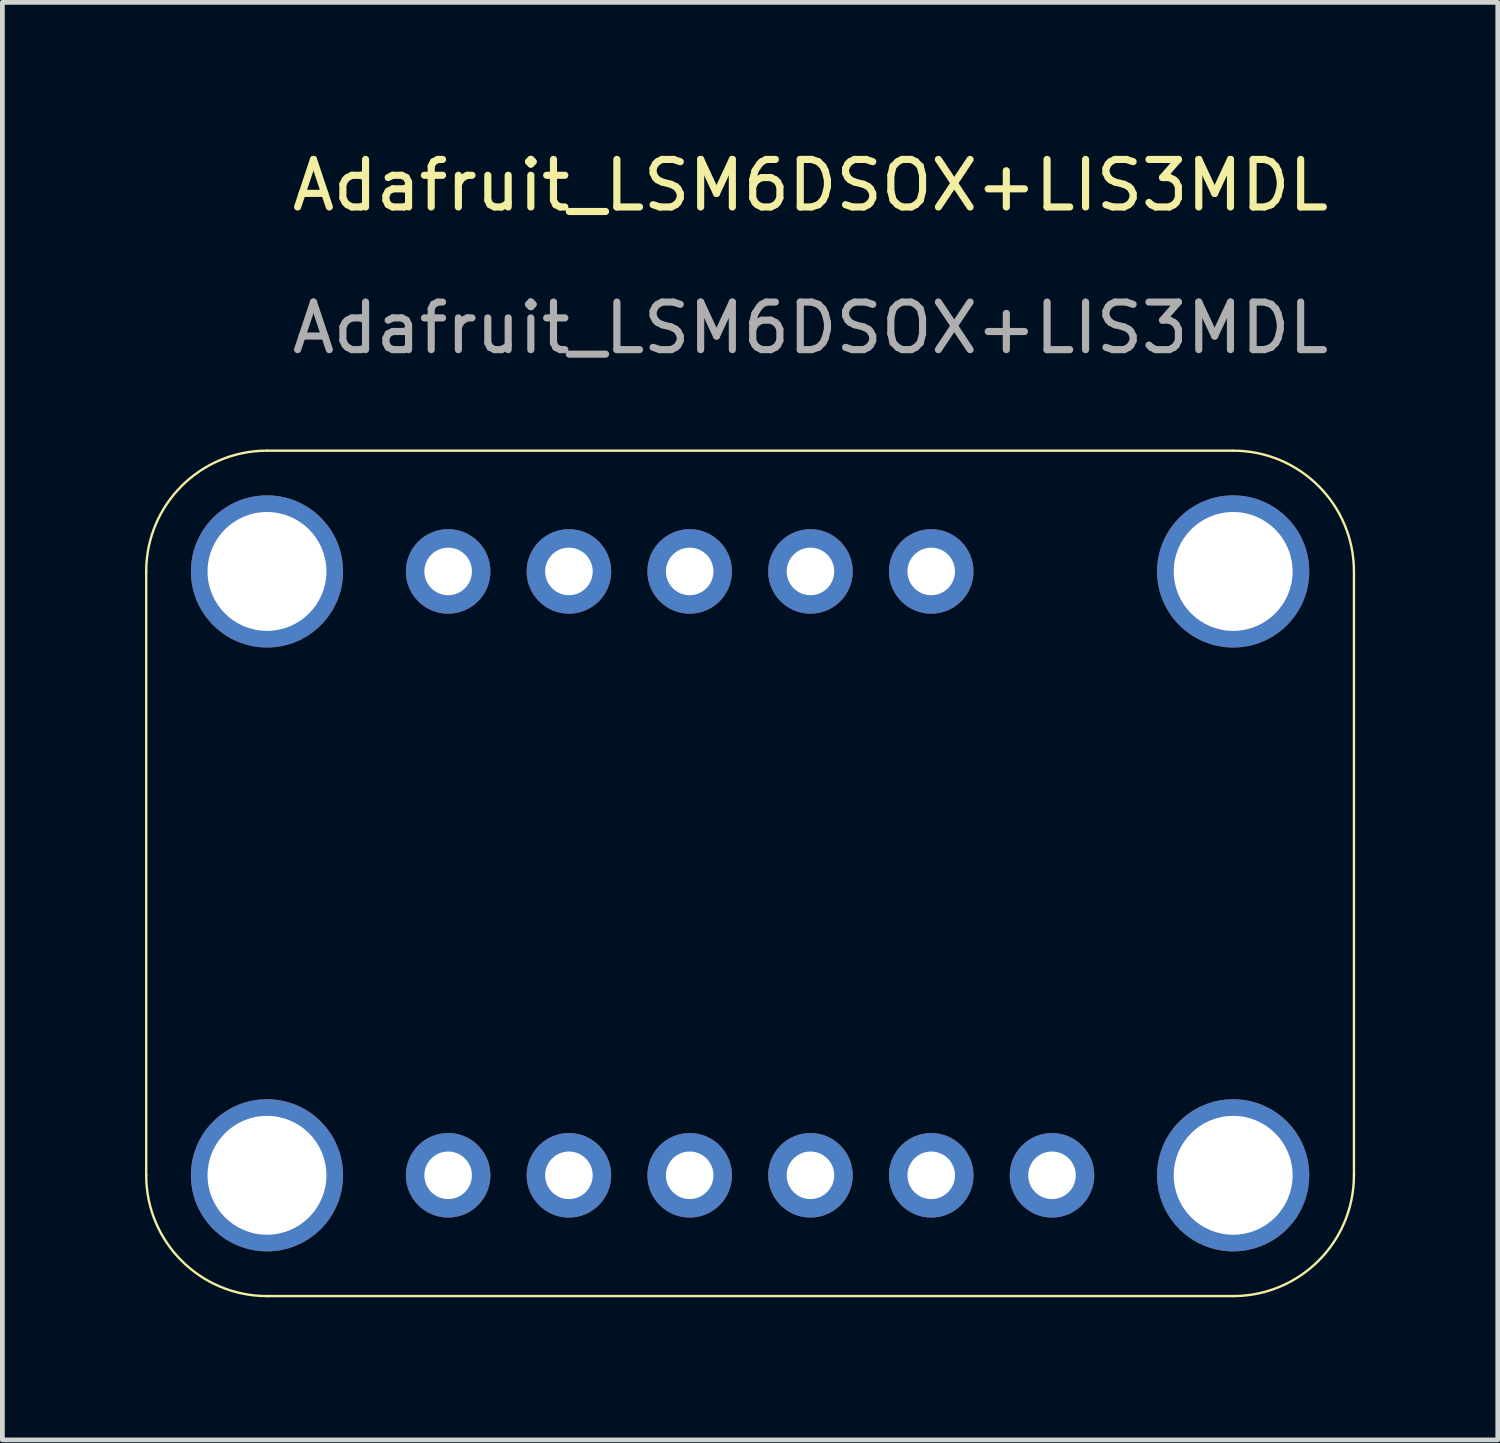
<source format=kicad_pcb>
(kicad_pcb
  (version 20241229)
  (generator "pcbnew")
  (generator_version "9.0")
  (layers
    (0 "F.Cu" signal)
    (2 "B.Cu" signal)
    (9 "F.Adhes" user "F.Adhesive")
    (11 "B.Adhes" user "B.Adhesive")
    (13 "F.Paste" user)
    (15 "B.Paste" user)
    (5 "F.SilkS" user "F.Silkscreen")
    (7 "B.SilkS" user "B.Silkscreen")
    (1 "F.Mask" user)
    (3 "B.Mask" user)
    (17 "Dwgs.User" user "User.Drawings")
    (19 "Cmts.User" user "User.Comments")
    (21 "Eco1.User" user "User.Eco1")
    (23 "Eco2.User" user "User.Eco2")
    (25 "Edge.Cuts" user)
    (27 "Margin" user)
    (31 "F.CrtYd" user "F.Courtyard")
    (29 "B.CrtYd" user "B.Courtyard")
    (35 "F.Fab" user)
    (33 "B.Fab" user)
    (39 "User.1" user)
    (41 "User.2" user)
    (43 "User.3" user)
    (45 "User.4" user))
  (footprint "Adafruit_LSM6DSOX+LIS3MDL"
    (layer "F.Cu")
    (at 13.995 1.348)
    (property "Reference" "Adafruit_LSM6DSOX+LIS3MDL" (at 0 -0.5 0) (unlocked yes) (layer "F.SilkS") (effects (font (size 1 1) (thickness 0.15))))
    (attr smd)
    (fp_line (start -13.97 7.62) (end -13.97 20.32) (stroke (width 0.05) (type solid)) (layer "F.SilkS"))
    (fp_line (start -11.43 22.86) (end 8.89 22.86) (stroke (width 0.05) (type solid)) (layer "F.SilkS"))
    (fp_line (start 8.89 5.08) (end -11.43 5.08) (stroke (width 0.05) (type solid)) (layer "F.SilkS"))
    (fp_line (start 11.43 20.32) (end 11.43 7.62) (stroke (width 0.05) (type solid)) (layer "F.SilkS"))
    (fp_arc (start -13.97 7.62) (mid -13.226051 5.823949) (end -11.43 5.08) (stroke (width 0.05) (type solid)) (layer "F.SilkS"))
    (fp_arc (start -11.43 22.86) (mid -13.226051 22.116051) (end -13.97 20.32) (stroke (width 0.05) (type solid)) (layer "F.SilkS"))
    (fp_arc (start 8.89 5.08) (mid 10.686051 5.823949) (end 11.43 7.62) (stroke (width 0.05) (type solid)) (layer "F.SilkS"))
    (fp_arc (start 11.43 20.32) (mid 10.686051 22.116051) (end 8.89 22.86) (stroke (width 0.05) (type solid)) (layer "F.SilkS"))
    (fp_text user "${REFERENCE}" (at 0 2.5 0) (unlocked yes) (layer "F.Fab") (effects (font (size 1 1) (thickness 0.15))))
    (pad "" np_thru_hole circle (at -11.43 7.62) (size 3.2 3.2) (drill 2.5) (layers "*.Cu" "*.Mask"))
    (pad "" np_thru_hole circle (at -11.43 20.32) (size 3.2 3.2) (drill 2.5) (layers "*.Cu" "*.Mask"))
    (pad "" np_thru_hole circle (at 8.89 7.62) (size 3.2 3.2) (drill 2.5) (layers "*.Cu" "*.Mask"))
    (pad "" np_thru_hole circle (at 8.89 20.32) (size 3.2 3.2) (drill 2.5) (layers "*.Cu" "*.Mask"))
    (pad "1" thru_hole circle (at -7.62 20.32 90) (size 1.778 1.778) (drill 1) (layers "*.Cu" "*.Mask"))
    (pad "2" thru_hole circle (at -5.08 20.32 90) (size 1.778 1.778) (drill 1) (layers "*.Cu" "*.Mask"))
    (pad "3" thru_hole circle (at -2.54 20.32 90) (size 1.778 1.778) (drill 1) (layers "*.Cu" "*.Mask"))
    (pad "4" thru_hole circle (at 0 20.32 90) (size 1.778 1.778) (drill 1) (layers "*.Cu" "*.Mask"))
    (pad "5" thru_hole circle (at 2.54 20.32 90) (size 1.778 1.778) (drill 1) (layers "*.Cu" "*.Mask"))
    (pad "6" thru_hole circle (at 5.08 20.32 90) (size 1.778 1.778) (drill 1) (layers "*.Cu" "*.Mask"))
    (pad "7" thru_hole circle (at 2.54 7.62 90) (size 1.778 1.778) (drill 1) (layers "*.Cu" "*.Mask"))
    (pad "8" thru_hole circle (at 0 7.62 90) (size 1.778 1.778) (drill 1) (layers "*.Cu" "*.Mask"))
    (pad "9" thru_hole circle (at -2.54 7.62 90) (size 1.778 1.778) (drill 1) (layers "*.Cu" "*.Mask"))
    (pad "10" thru_hole circle (at -5.08 7.62 90) (size 1.778 1.778) (drill 1) (layers "*.Cu" "*.Mask"))
    (pad "11" thru_hole circle (at -7.62 7.62 90) (size 1.778 1.778) (drill 1) (layers "*.Cu" "*.Mask")))
  (gr_rect
    (start -3 -3)
    (end 28.45 27.233)
    (stroke (width 0.1) (type default))
    (fill no)
    (layer "Edge.Cuts")))
</source>
